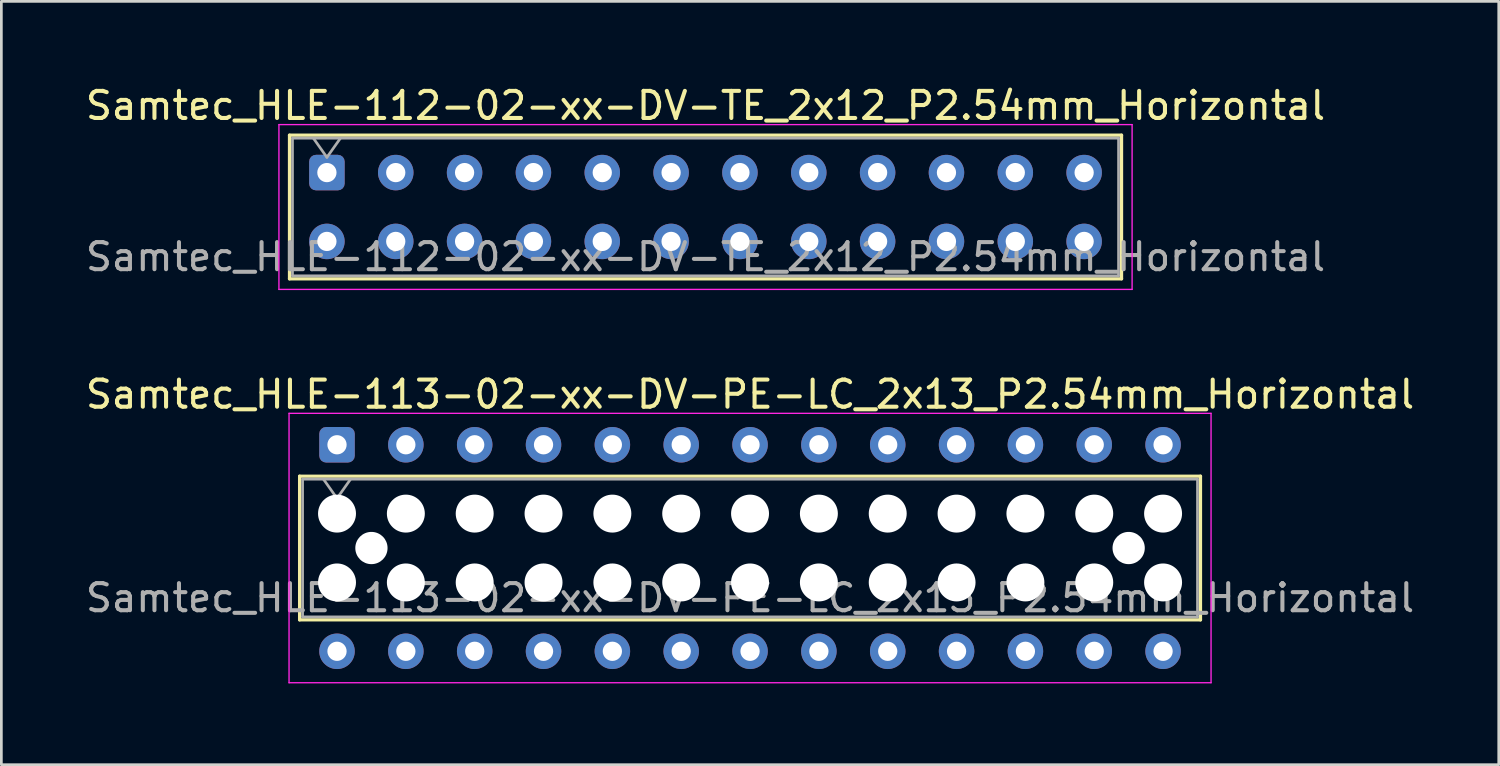
<source format=kicad_pcb>
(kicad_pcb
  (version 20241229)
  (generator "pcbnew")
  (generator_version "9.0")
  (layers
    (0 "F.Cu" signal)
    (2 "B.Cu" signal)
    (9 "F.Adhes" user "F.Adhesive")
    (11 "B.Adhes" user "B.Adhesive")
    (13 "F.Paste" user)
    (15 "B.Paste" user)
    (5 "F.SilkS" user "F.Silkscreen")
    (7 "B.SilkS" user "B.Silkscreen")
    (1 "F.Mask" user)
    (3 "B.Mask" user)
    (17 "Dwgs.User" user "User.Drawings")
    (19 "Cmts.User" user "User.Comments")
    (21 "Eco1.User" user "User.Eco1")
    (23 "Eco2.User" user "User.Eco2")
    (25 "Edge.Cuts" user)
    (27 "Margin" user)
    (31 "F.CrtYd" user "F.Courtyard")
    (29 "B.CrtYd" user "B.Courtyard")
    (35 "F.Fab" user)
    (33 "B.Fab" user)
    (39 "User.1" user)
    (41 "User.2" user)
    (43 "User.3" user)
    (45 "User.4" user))
  (footprint "Samtec_HLE-112-02-xx-DV-TE_2x12_P2.54mm_Horizontal"
    (layer "F.Cu")
    (at 9.012 3.318)
    (property "Reference" "Samtec_HLE-112-02-xx-DV-TE_2x12_P2.54mm_Horizontal" (at 13.97 -2.47 0) (layer "F.SilkS") (effects (font (size 1 1) (thickness 0.15))))
    (attr through_hole)
    (fp_line (start -1.38 -1.38) (end 29.32 -1.38) (stroke (width 0.12) (type solid)) (layer "F.SilkS"))
    (fp_line (start -1.38 3.92) (end -1.38 -1.38) (stroke (width 0.12) (type solid)) (layer "F.SilkS"))
    (fp_line (start 29.32 -1.38) (end 29.32 3.92) (stroke (width 0.12) (type solid)) (layer "F.SilkS"))
    (fp_line (start 29.32 3.92) (end -1.38 3.92) (stroke (width 0.12) (type solid)) (layer "F.SilkS"))
    (fp_line (start -1.77 -1.77) (end 29.71 -1.77) (stroke (width 0.05) (type solid)) (layer "F.CrtYd"))
    (fp_line (start -1.77 4.31) (end -1.77 -1.77) (stroke (width 0.05) (type solid)) (layer "F.CrtYd"))
    (fp_line (start 29.71 -1.77) (end 29.71 4.31) (stroke (width 0.05) (type solid)) (layer "F.CrtYd"))
    (fp_line (start 29.71 4.31) (end -1.77 4.31) (stroke (width 0.05) (type solid)) (layer "F.CrtYd"))
    (fp_line (start -1.27 -1.27) (end 29.21 -1.27) (stroke (width 0.1) (type solid)) (layer "F.Fab"))
    (fp_line (start -1.27 3.81) (end -1.27 -1.27) (stroke (width 0.1) (type solid)) (layer "F.Fab"))
    (fp_line (start -0.5 -1.27) (end 0 -0.563) (stroke (width 0.1) (type solid)) (layer "F.Fab"))
    (fp_line (start 0 -0.563) (end 0.5 -1.27) (stroke (width 0.1) (type solid)) (layer "F.Fab"))
    (fp_line (start 29.21 -1.27) (end 29.21 3.81) (stroke (width 0.1) (type solid)) (layer "F.Fab"))
    (fp_line (start 29.21 3.81) (end -1.27 3.81) (stroke (width 0.1) (type solid)) (layer "F.Fab"))
    (fp_text user "${REFERENCE}" (at 13.97 3.11 0) (layer "F.Fab") (effects (font (size 1 1) (thickness 0.15))))
    (pad "1" thru_hole roundrect (at 0 0) (size 1.31 1.31) (drill 0.71) (layers "*.Cu" "*.Mask") (roundrect_rratio 0.191))
    (pad "2" thru_hole circle (at 0 2.54) (size 1.31 1.31) (drill 0.71) (layers "*.Cu" "*.Mask"))
    (pad "3" thru_hole circle (at 2.54 0) (size 1.31 1.31) (drill 0.71) (layers "*.Cu" "*.Mask"))
    (pad "4" thru_hole circle (at 2.54 2.54) (size 1.31 1.31) (drill 0.71) (layers "*.Cu" "*.Mask"))
    (pad "5" thru_hole circle (at 5.08 0) (size 1.31 1.31) (drill 0.71) (layers "*.Cu" "*.Mask"))
    (pad "6" thru_hole circle (at 5.08 2.54) (size 1.31 1.31) (drill 0.71) (layers "*.Cu" "*.Mask"))
    (pad "7" thru_hole circle (at 7.62 0) (size 1.31 1.31) (drill 0.71) (layers "*.Cu" "*.Mask"))
    (pad "8" thru_hole circle (at 7.62 2.54) (size 1.31 1.31) (drill 0.71) (layers "*.Cu" "*.Mask"))
    (pad "9" thru_hole circle (at 10.16 0) (size 1.31 1.31) (drill 0.71) (layers "*.Cu" "*.Mask"))
    (pad "10" thru_hole circle (at 10.16 2.54) (size 1.31 1.31) (drill 0.71) (layers "*.Cu" "*.Mask"))
    (pad "11" thru_hole circle (at 12.7 0) (size 1.31 1.31) (drill 0.71) (layers "*.Cu" "*.Mask"))
    (pad "12" thru_hole circle (at 12.7 2.54) (size 1.31 1.31) (drill 0.71) (layers "*.Cu" "*.Mask"))
    (pad "13" thru_hole circle (at 15.24 0) (size 1.31 1.31) (drill 0.71) (layers "*.Cu" "*.Mask"))
    (pad "14" thru_hole circle (at 15.24 2.54) (size 1.31 1.31) (drill 0.71) (layers "*.Cu" "*.Mask"))
    (pad "15" thru_hole circle (at 17.78 0) (size 1.31 1.31) (drill 0.71) (layers "*.Cu" "*.Mask"))
    (pad "16" thru_hole circle (at 17.78 2.54) (size 1.31 1.31) (drill 0.71) (layers "*.Cu" "*.Mask"))
    (pad "17" thru_hole circle (at 20.32 0) (size 1.31 1.31) (drill 0.71) (layers "*.Cu" "*.Mask"))
    (pad "18" thru_hole circle (at 20.32 2.54) (size 1.31 1.31) (drill 0.71) (layers "*.Cu" "*.Mask"))
    (pad "19" thru_hole circle (at 22.86 0) (size 1.31 1.31) (drill 0.71) (layers "*.Cu" "*.Mask"))
    (pad "20" thru_hole circle (at 22.86 2.54) (size 1.31 1.31) (drill 0.71) (layers "*.Cu" "*.Mask"))
    (pad "21" thru_hole circle (at 25.4 0) (size 1.31 1.31) (drill 0.71) (layers "*.Cu" "*.Mask"))
    (pad "22" thru_hole circle (at 25.4 2.54) (size 1.31 1.31) (drill 0.71) (layers "*.Cu" "*.Mask"))
    (pad "23" thru_hole circle (at 27.94 0) (size 1.31 1.31) (drill 0.71) (layers "*.Cu" "*.Mask"))
    (pad "24" thru_hole circle (at 27.94 2.54) (size 1.31 1.31) (drill 0.71) (layers "*.Cu" "*.Mask")))
  (footprint "Samtec_HLE-113-02-xx-DV-PE-LC_2x13_P2.54mm_Horizontal"
    (layer "F.Cu")
    (at 9.385 13.361)
    (property "Reference" "Samtec_HLE-113-02-xx-DV-PE-LC_2x13_P2.54mm_Horizontal" (at 15.24 -1.86 0) (layer "F.SilkS") (effects (font (size 1 1) (thickness 0.15))))
    (attr through_hole)
    (fp_line (start -1.38 1.16) (end 31.86 1.16) (stroke (width 0.12) (type solid)) (layer "F.SilkS"))
    (fp_line (start -1.38 6.46) (end -1.38 1.16) (stroke (width 0.12) (type solid)) (layer "F.SilkS"))
    (fp_line (start 31.86 1.16) (end 31.86 6.46) (stroke (width 0.12) (type solid)) (layer "F.SilkS"))
    (fp_line (start 31.86 6.46) (end -1.38 6.46) (stroke (width 0.12) (type solid)) (layer "F.SilkS"))
    (fp_line (start -1.77 -1.16) (end 32.25 -1.16) (stroke (width 0.05) (type solid)) (layer "F.CrtYd"))
    (fp_line (start -1.77 8.78) (end -1.77 -1.16) (stroke (width 0.05) (type solid)) (layer "F.CrtYd"))
    (fp_line (start 32.25 -1.16) (end 32.25 8.78) (stroke (width 0.05) (type solid)) (layer "F.CrtYd"))
    (fp_line (start 32.25 8.78) (end -1.77 8.78) (stroke (width 0.05) (type solid)) (layer "F.CrtYd"))
    (fp_line (start -1.27 1.27) (end 31.75 1.27) (stroke (width 0.1) (type solid)) (layer "F.Fab"))
    (fp_line (start -1.27 6.35) (end -1.27 1.27) (stroke (width 0.1) (type solid)) (layer "F.Fab"))
    (fp_line (start -0.5 1.27) (end 0 1.977) (stroke (width 0.1) (type solid)) (layer "F.Fab"))
    (fp_line (start 0 1.977) (end 0.5 1.27) (stroke (width 0.1) (type solid)) (layer "F.Fab"))
    (fp_line (start 31.75 1.27) (end 31.75 6.35) (stroke (width 0.1) (type solid)) (layer "F.Fab"))
    (fp_line (start 31.75 6.35) (end -1.27 6.35) (stroke (width 0.1) (type solid)) (layer "F.Fab"))
    (fp_text user "${REFERENCE}" (at 15.24 5.65 0) (layer "F.Fab") (effects (font (size 1 1) (thickness 0.15))))
    (pad "" np_thru_hole circle (at 0 2.54) (size 1.4 1.4) (drill 1.4) (layers "*.Cu" "*.Mask"))
    (pad "" np_thru_hole circle (at 0 5.08) (size 1.4 1.4) (drill 1.4) (layers "*.Cu" "*.Mask"))
    (pad "" np_thru_hole circle (at 1.27 3.81) (size 1.19 1.19) (drill 1.19) (layers "*.Cu" "*.Mask"))
    (pad "" np_thru_hole circle (at 2.54 2.54) (size 1.4 1.4) (drill 1.4) (layers "*.Cu" "*.Mask"))
    (pad "" np_thru_hole circle (at 2.54 5.08) (size 1.4 1.4) (drill 1.4) (layers "*.Cu" "*.Mask"))
    (pad "" np_thru_hole circle (at 5.08 2.54) (size 1.4 1.4) (drill 1.4) (layers "*.Cu" "*.Mask"))
    (pad "" np_thru_hole circle (at 5.08 5.08) (size 1.4 1.4) (drill 1.4) (layers "*.Cu" "*.Mask"))
    (pad "" np_thru_hole circle (at 7.62 2.54) (size 1.4 1.4) (drill 1.4) (layers "*.Cu" "*.Mask"))
    (pad "" np_thru_hole circle (at 7.62 5.08) (size 1.4 1.4) (drill 1.4) (layers "*.Cu" "*.Mask"))
    (pad "" np_thru_hole circle (at 10.16 2.54) (size 1.4 1.4) (drill 1.4) (layers "*.Cu" "*.Mask"))
    (pad "" np_thru_hole circle (at 10.16 5.08) (size 1.4 1.4) (drill 1.4) (layers "*.Cu" "*.Mask"))
    (pad "" np_thru_hole circle (at 12.7 2.54) (size 1.4 1.4) (drill 1.4) (layers "*.Cu" "*.Mask"))
    (pad "" np_thru_hole circle (at 12.7 5.08) (size 1.4 1.4) (drill 1.4) (layers "*.Cu" "*.Mask"))
    (pad "" np_thru_hole circle (at 15.24 2.54) (size 1.4 1.4) (drill 1.4) (layers "*.Cu" "*.Mask"))
    (pad "" np_thru_hole circle (at 15.24 5.08) (size 1.4 1.4) (drill 1.4) (layers "*.Cu" "*.Mask"))
    (pad "" np_thru_hole circle (at 17.78 2.54) (size 1.4 1.4) (drill 1.4) (layers "*.Cu" "*.Mask"))
    (pad "" np_thru_hole circle (at 17.78 5.08) (size 1.4 1.4) (drill 1.4) (layers "*.Cu" "*.Mask"))
    (pad "" np_thru_hole circle (at 20.32 2.54) (size 1.4 1.4) (drill 1.4) (layers "*.Cu" "*.Mask"))
    (pad "" np_thru_hole circle (at 20.32 5.08) (size 1.4 1.4) (drill 1.4) (layers "*.Cu" "*.Mask"))
    (pad "" np_thru_hole circle (at 22.86 2.54) (size 1.4 1.4) (drill 1.4) (layers "*.Cu" "*.Mask"))
    (pad "" np_thru_hole circle (at 22.86 5.08) (size 1.4 1.4) (drill 1.4) (layers "*.Cu" "*.Mask"))
    (pad "" np_thru_hole circle (at 25.4 2.54) (size 1.4 1.4) (drill 1.4) (layers "*.Cu" "*.Mask"))
    (pad "" np_thru_hole circle (at 25.4 5.08) (size 1.4 1.4) (drill 1.4) (layers "*.Cu" "*.Mask"))
    (pad "" np_thru_hole circle (at 27.94 2.54) (size 1.4 1.4) (drill 1.4) (layers "*.Cu" "*.Mask"))
    (pad "" np_thru_hole circle (at 27.94 5.08) (size 1.4 1.4) (drill 1.4) (layers "*.Cu" "*.Mask"))
    (pad "" np_thru_hole circle (at 29.21 3.81) (size 1.19 1.19) (drill 1.19) (layers "*.Cu" "*.Mask"))
    (pad "" np_thru_hole circle (at 30.48 2.54) (size 1.4 1.4) (drill 1.4) (layers "*.Cu" "*.Mask"))
    (pad "" np_thru_hole circle (at 30.48 5.08) (size 1.4 1.4) (drill 1.4) (layers "*.Cu" "*.Mask"))
    (pad "1" thru_hole roundrect (at 0 0) (size 1.31 1.31) (drill 0.71) (layers "*.Cu" "*.Mask") (roundrect_rratio 0.191))
    (pad "2" thru_hole circle (at 0 7.62) (size 1.31 1.31) (drill 0.71) (layers "*.Cu" "*.Mask"))
    (pad "3" thru_hole circle (at 2.54 0) (size 1.31 1.31) (drill 0.71) (layers "*.Cu" "*.Mask"))
    (pad "4" thru_hole circle (at 2.54 7.62) (size 1.31 1.31) (drill 0.71) (layers "*.Cu" "*.Mask"))
    (pad "5" thru_hole circle (at 5.08 0) (size 1.31 1.31) (drill 0.71) (layers "*.Cu" "*.Mask"))
    (pad "6" thru_hole circle (at 5.08 7.62) (size 1.31 1.31) (drill 0.71) (layers "*.Cu" "*.Mask"))
    (pad "7" thru_hole circle (at 7.62 0) (size 1.31 1.31) (drill 0.71) (layers "*.Cu" "*.Mask"))
    (pad "8" thru_hole circle (at 7.62 7.62) (size 1.31 1.31) (drill 0.71) (layers "*.Cu" "*.Mask"))
    (pad "9" thru_hole circle (at 10.16 0) (size 1.31 1.31) (drill 0.71) (layers "*.Cu" "*.Mask"))
    (pad "10" thru_hole circle (at 10.16 7.62) (size 1.31 1.31) (drill 0.71) (layers "*.Cu" "*.Mask"))
    (pad "11" thru_hole circle (at 12.7 0) (size 1.31 1.31) (drill 0.71) (layers "*.Cu" "*.Mask"))
    (pad "12" thru_hole circle (at 12.7 7.62) (size 1.31 1.31) (drill 0.71) (layers "*.Cu" "*.Mask"))
    (pad "13" thru_hole circle (at 15.24 0) (size 1.31 1.31) (drill 0.71) (layers "*.Cu" "*.Mask"))
    (pad "14" thru_hole circle (at 15.24 7.62) (size 1.31 1.31) (drill 0.71) (layers "*.Cu" "*.Mask"))
    (pad "15" thru_hole circle (at 17.78 0) (size 1.31 1.31) (drill 0.71) (layers "*.Cu" "*.Mask"))
    (pad "16" thru_hole circle (at 17.78 7.62) (size 1.31 1.31) (drill 0.71) (layers "*.Cu" "*.Mask"))
    (pad "17" thru_hole circle (at 20.32 0) (size 1.31 1.31) (drill 0.71) (layers "*.Cu" "*.Mask"))
    (pad "18" thru_hole circle (at 20.32 7.62) (size 1.31 1.31) (drill 0.71) (layers "*.Cu" "*.Mask"))
    (pad "19" thru_hole circle (at 22.86 0) (size 1.31 1.31) (drill 0.71) (layers "*.Cu" "*.Mask"))
    (pad "20" thru_hole circle (at 22.86 7.62) (size 1.31 1.31) (drill 0.71) (layers "*.Cu" "*.Mask"))
    (pad "21" thru_hole circle (at 25.4 0) (size 1.31 1.31) (drill 0.71) (layers "*.Cu" "*.Mask"))
    (pad "22" thru_hole circle (at 25.4 7.62) (size 1.31 1.31) (drill 0.71) (layers "*.Cu" "*.Mask"))
    (pad "23" thru_hole circle (at 27.94 0) (size 1.31 1.31) (drill 0.71) (layers "*.Cu" "*.Mask"))
    (pad "24" thru_hole circle (at 27.94 7.62) (size 1.31 1.31) (drill 0.71) (layers "*.Cu" "*.Mask"))
    (pad "25" thru_hole circle (at 30.48 0) (size 1.31 1.31) (drill 0.71) (layers "*.Cu" "*.Mask"))
    (pad "26" thru_hole circle (at 30.48 7.62) (size 1.31 1.31) (drill 0.71) (layers "*.Cu" "*.Mask")))
  (gr_rect
    (start -3 -3)
    (end 52.25 25.166)
    (stroke (width 0.1) (type default))
    (fill no)
    (layer "Edge.Cuts")))
</source>
